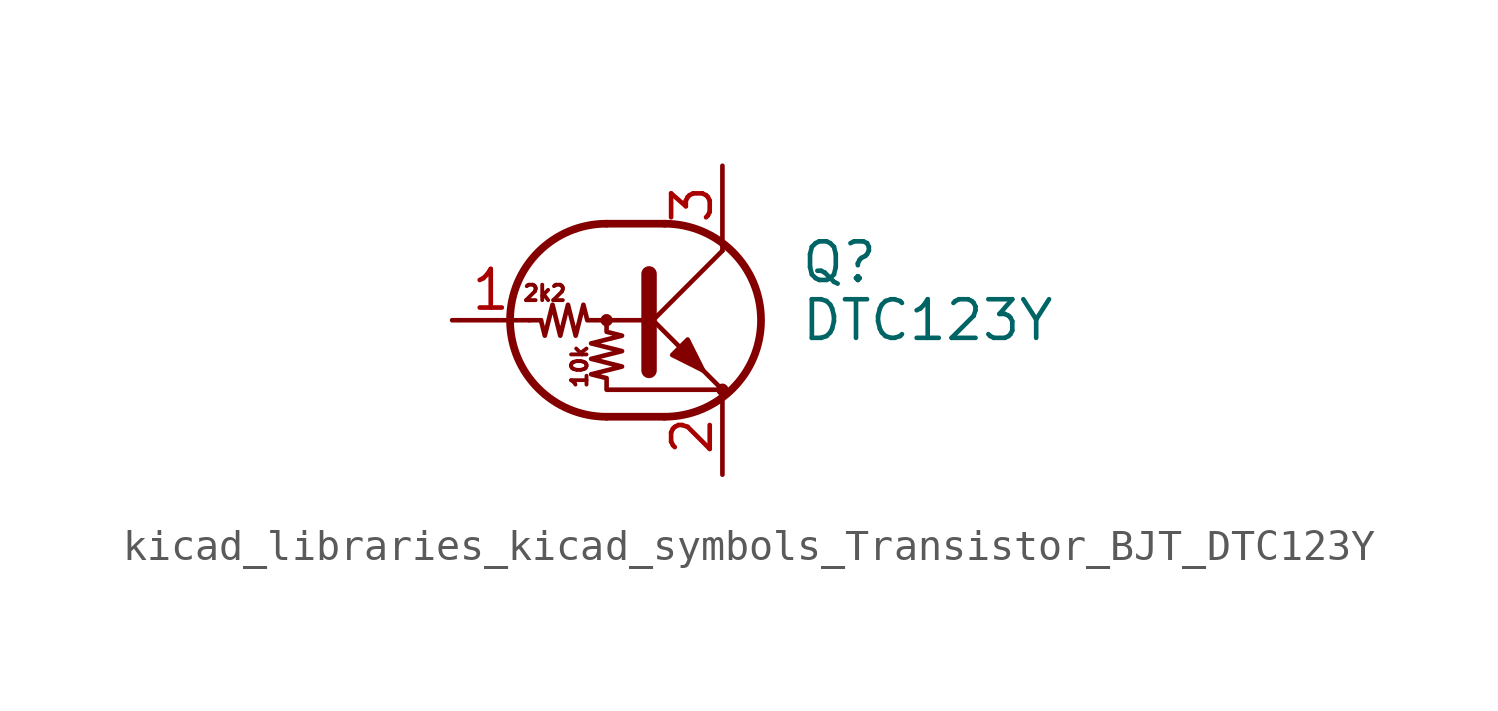
<source format=kicad_sym>
(kicad_symbol_lib
  (version 20220914)
  (generator kicad_symbol_editor)
  (symbol "kicad_libraries_kicad_symbols_Transistor_BJT_DTC123Y"
    (pin_names
      (offset 0) hide)
    (property "Reference" "Q"
      (at 5.08 1.905 0)
      (effects (font (size 1.27 1.27)) (justify left)))
    (property "Value" "DTC123Y"
      (at 5.08 0 0)
      (effects (font (size 1.27 1.27)) (justify left)))
    (symbol "kicad_libraries_kicad_symbols_Transistor_BJT_DTC123Y_0_0"
      (text "10k" (at -2.159 -1.524 900) (effects (font (size 0.508 0.508))))
      (text "2k2" (at -3.302 0.889 0) (effects (font (size 0.508 0.508)))))
    (symbol "kicad_libraries_kicad_symbols_Transistor_BJT_DTC123Y_0_1"
      (circle (center -1.27 0) (radius 0.127) (stroke (width 0) (type default)) (fill (type none)))
      (arc (start -1.27 3.175) (mid -4.4312 0) (end -1.27 -3.175) (stroke (width 0.254) (type default)) (fill (type none)))
      (polyline (pts (xy -3.429 0) (xy -3.81 0)) (stroke (width 0) (type default)) (fill (type none)))
      (polyline (pts (xy -1.27 -3.175) (xy 0.635 -3.175)) (stroke (width 0.254) (type default)) (fill (type none)))
      (polyline (pts (xy -1.27 3.175) (xy 0.635 3.175)) (stroke (width 0.254) (type default)) (fill (type none)))
      (polyline (pts (xy 0 -0.254) (xy 2.54 2.286)) (stroke (width 0) (type default)) (fill (type none)))
      (polyline (pts (xy 0.127 1.524) (xy 0.127 -1.651)) (stroke (width 0.508) (type default)) (fill (type outline)))
      (polyline (pts (xy 2.54 2.286) (xy 2.54 2.54)) (stroke (width 0) (type default)) (fill (type none)))
      (polyline (pts (xy 2.54 -2.286) (xy 0 0.254) (xy 0 0.254)) (stroke (width 0) (type default)) (fill (type none)))
      (polyline (pts (xy 0.889 -1.143) (xy 1.397 -0.635) (xy 1.905 -1.651) (xy 0.889 -1.143)) (stroke (width 0) (type default)) (fill (type outline)))
      (polyline (pts (xy 0 0) (xy -1.905 0) (xy -2.032 0.508) (xy -2.286 -0.508) (xy -2.54 0.508) (xy -2.794 -0.508) (xy -3.048 0.508) (xy -3.302 -0.508) (xy -3.429 0)) (stroke (width 0) (type default)) (fill (type none)))
      (polyline (pts (xy -1.27 0) (xy -1.27 -0.381) (xy -0.762 -0.508) (xy -1.778 -0.762) (xy -0.762 -1.016) (xy -1.778 -1.27) (xy -0.762 -1.524) (xy -1.778 -1.778) (xy -1.27 -1.905) (xy -1.27 -2.286) (xy 2.54 -2.286)) (stroke (width 0) (type default)) (fill (type none)))
      (arc (start 0.635 -3.175) (mid 3.7962 0) (end 0.635 3.175) (stroke (width 0.254) (type default)) (fill (type none)))
      (circle (center 2.54 -2.286) (radius 0.127) (stroke (width 0) (type default)) (fill (type none))))
    (symbol "kicad_libraries_kicad_symbols_Transistor_BJT_DTC123Y_1_1"
      (pin input line (at -6.35 0 0) (length 2.54) (name "B" (effects (font (size 1.27 1.27)))) (number "1" (effects (font (size 1.27 1.27)))))
      (pin passive line (at 2.54 -5.08 90) (length 2.54) (name "E" (effects (font (size 1.27 1.27)))) (number "2" (effects (font (size 1.27 1.27)))))
      (pin passive line (at 2.54 5.08 270) (length 2.54) (name "C" (effects (font (size 1.27 1.27)))) (number "3" (effects (font (size 1.27 1.27))))))))
</source>
